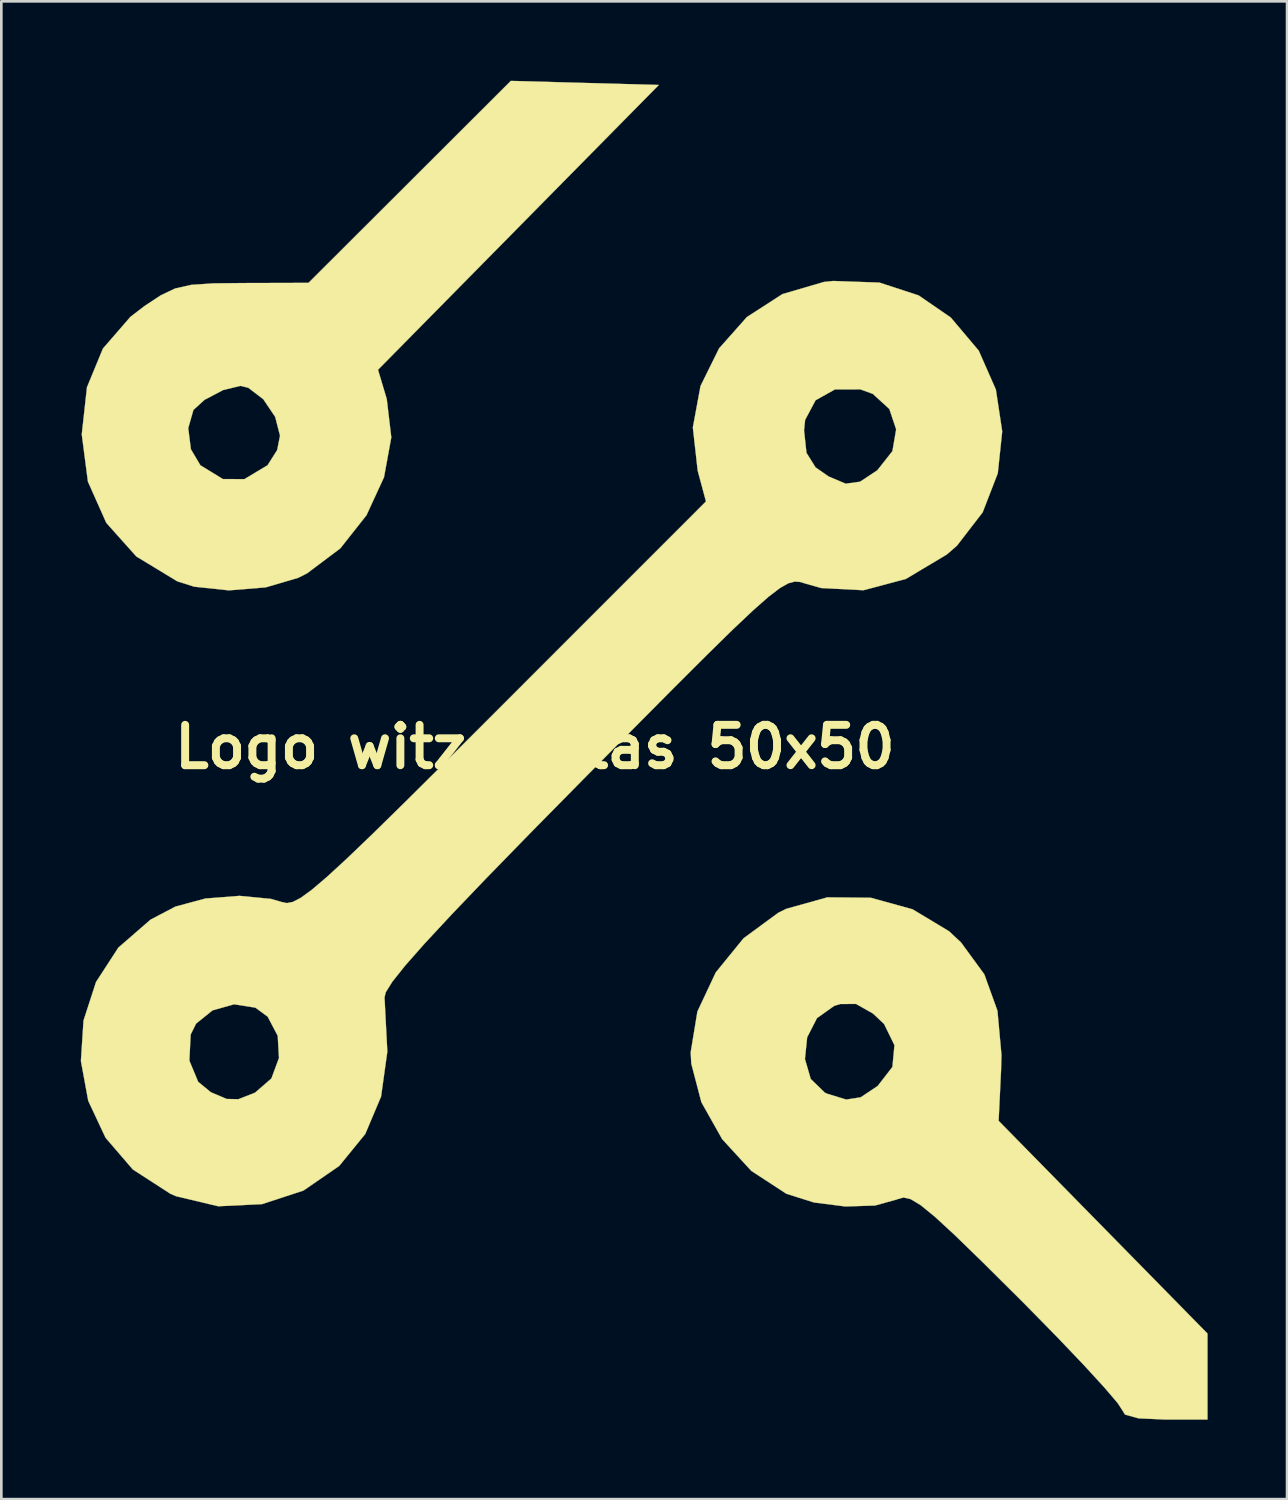
<source format=kicad_pcb>
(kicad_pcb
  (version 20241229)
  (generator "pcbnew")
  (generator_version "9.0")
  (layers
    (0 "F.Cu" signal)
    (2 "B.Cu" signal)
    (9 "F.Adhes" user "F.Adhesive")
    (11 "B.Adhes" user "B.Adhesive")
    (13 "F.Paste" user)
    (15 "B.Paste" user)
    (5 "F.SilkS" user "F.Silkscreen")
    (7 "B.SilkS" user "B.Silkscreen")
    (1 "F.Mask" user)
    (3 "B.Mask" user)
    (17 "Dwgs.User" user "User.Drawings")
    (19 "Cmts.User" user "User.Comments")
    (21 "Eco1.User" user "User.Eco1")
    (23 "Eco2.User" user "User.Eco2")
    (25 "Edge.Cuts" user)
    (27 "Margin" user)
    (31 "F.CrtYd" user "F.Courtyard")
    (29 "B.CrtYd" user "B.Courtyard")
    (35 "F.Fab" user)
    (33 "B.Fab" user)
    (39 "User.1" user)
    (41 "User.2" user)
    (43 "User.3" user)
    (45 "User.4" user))
  (footprint "Logo witz pistas 50x50"
    (layer "F.Cu")
    (at 17.15 25.158)
    (property "Reference" "Logo witz pistas 50x50" (at 0 0 0) (layer "F.SilkS") (effects (font (size 1.524 1.524) (thickness 0.3))))
    (attr through_hole)
    (fp_poly (pts (xy 1.885 -25.076) (xy 4.679 -24.999) (xy -5.925 -14.244) (xy -5.594 -13.137) (xy -5.423 -11.689) (xy -5.698 -10.186) (xy -6.36 -8.75) (xy -7.348 -7.499) (xy -8.605 -6.555) (xy -8.942 -6.386) (xy -10.163 -6.027) (xy -11.553 -5.913) (xy -12.866 -6.052) (xy -13.502 -6.253) (xy -15.051 -7.193) (xy -16.185 -8.461) (xy -16.88 -10.02) (xy -17.112 -11.803) (xy -17.086 -12.038) (xy -13.092 -12.038) (xy -12.991 -11.242) (xy -12.633 -10.637) (xy -11.783 -10.116) (xy -10.97 -10.114) (xy -10.11 -10.629) (xy -10.093 -10.643) (xy -9.733 -11.21) (xy -9.625 -11.755) (xy -9.808 -12.466) (xy -10.258 -13.132) (xy -10.824 -13.565) (xy -11.124 -13.636) (xy -11.774 -13.478) (xy -12.474 -13.11) (xy -12.896 -12.727) (xy -13.092 -12.038) (xy -17.086 -12.038) (xy -16.916 -13.584) (xy -16.313 -15.045) (xy -15.275 -16.242) (xy -14.746 -16.649) (xy -14.123 -17.059) (xy -13.587 -17.313) (xy -12.98 -17.45) (xy -12.143 -17.507) (xy -11.026 -17.519) (xy -8.55 -17.526) (xy -4.729 -21.339) (xy -0.909 -25.153) (xy 1.885 -25.076)) (stroke (width 0.01) (type solid)) (fill yes) (layer "F.SilkS"))
    (fp_poly (pts (xy 12.684 5.696) (xy 14.264 6.132) (xy 15.643 6.962) (xy 16.095 7.386) (xy 16.972 8.586) (xy 17.468 9.962) (xy 17.62 11.631) (xy 17.605 12.194) (xy 17.513 14.12) (xy 25.4 22.154) (xy 25.4 25.4) (xy 23.796 25.4) (xy 22.797 25.355) (xy 22.285 25.213) (xy 22.192 25.062) (xy 22.01 24.78) (xy 21.502 24.185) (xy 20.725 23.337) (xy 19.733 22.296) (xy 18.584 21.125) (xy 18.216 20.756) (xy 16.879 19.428) (xy 15.862 18.44) (xy 15.112 17.748) (xy 14.574 17.308) (xy 14.196 17.079) (xy 13.924 17.015) (xy 13.706 17.074) (xy 13.689 17.083) (xy 12.847 17.318) (xy 11.726 17.354) (xy 10.538 17.203) (xy 9.497 16.874) (xy 9.492 16.871) (xy 8.172 16.009) (xy 7.074 14.813) (xy 6.288 13.418) (xy 5.906 11.96) (xy 5.897 11.786) (xy 10.198 11.786) (xy 10.417 12.539) (xy 10.951 13.057) (xy 11.037 13.096) (xy 11.755 13.316) (xy 12.302 13.232) (xy 12.946 12.803) (xy 13.502 12.084) (xy 13.579 11.263) (xy 13.187 10.462) (xy 12.767 10.068) (xy 12.127 9.705) (xy 11.534 9.708) (xy 11.302 9.779) (xy 10.654 10.24) (xy 10.282 10.965) (xy 10.198 11.786) (xy 5.897 11.786) (xy 5.884 11.53) (xy 6.137 9.993) (xy 6.831 8.515) (xy 7.879 7.227) (xy 9.192 6.262) (xy 9.492 6.114) (xy 11.045 5.68) (xy 12.684 5.696)) (stroke (width 0.01) (type solid)) (fill yes) (layer "F.SilkS"))
    (fp_poly (pts (xy 13.01 -17.536) (xy 14.492 -17.052) (xy 15.706 -16.217) (xy 16.762 -14.965) (xy 17.409 -13.495) (xy 17.648 -11.916) (xy 17.481 -10.335) (xy 16.91 -8.86) (xy 15.938 -7.599) (xy 15.553 -7.266) (xy 14.009 -6.344) (xy 12.408 -5.918) (xy 10.811 -6.001) (xy 10.228 -6.166) (xy 10.02 -6.23) (xy 9.813 -6.246) (xy 9.571 -6.181) (xy 9.254 -6.001) (xy 8.825 -5.673) (xy 8.247 -5.164) (xy 7.48 -4.44) (xy 6.489 -3.468) (xy 5.234 -2.216) (xy 3.678 -0.648) (xy 1.833 1.216) (xy -0.18 3.259) (xy -1.835 4.958) (xy -3.157 6.34) (xy -4.172 7.433) (xy -4.906 8.266) (xy -5.384 8.866) (xy -5.631 9.262) (xy -5.679 9.454) (xy -5.573 11.505) (xy -5.809 13.203) (xy -6.407 14.618) (xy -7.387 15.82) (xy -7.395 15.827) (xy -8.738 16.752) (xy -10.307 17.266) (xy -11.958 17.346) (xy -13.549 16.968) (xy -13.769 16.872) (xy -15.182 15.958) (xy -16.214 14.759) (xy -16.868 13.363) (xy -17.145 11.858) (xy -17.144 11.847) (xy -13.049 11.847) (xy -12.716 12.647) (xy -12.238 13.04) (xy -11.638 13.294) (xy -11.197 13.303) (xy -10.603 13.071) (xy -10.567 13.055) (xy -9.95 12.519) (xy -9.664 11.744) (xy -9.712 10.908) (xy -10.092 10.186) (xy -10.556 9.846) (xy -11.36 9.719) (xy -12.174 9.948) (xy -12.797 10.45) (xy -13 10.862) (xy -13.049 11.847) (xy -17.144 11.847) (xy -17.046 10.333) (xy -16.574 8.877) (xy -15.73 7.577) (xy -14.515 6.522) (xy -13.578 6.03) (xy -12.446 5.725) (xy -11.158 5.624) (xy -9.973 5.738) (xy -9.551 5.859) (xy -9.368 5.897) (xy -9.144 5.854) (xy -8.843 5.699) (xy -8.428 5.397) (xy -7.863 4.917) (xy -7.11 4.225) (xy -6.133 3.288) (xy -4.895 2.074) (xy -3.359 0.549) (xy -1.489 -1.318) (xy -1.224 -1.584) (xy 6.461 -9.272) (xy 6.148 -10.432) (xy 5.977 -11.959) (xy 10.164 -11.959) (xy 10.256 -11.107) (xy 10.598 -10.558) (xy 11.096 -10.212) (xy 11.736 -9.942) (xy 12.279 -10.016) (xy 12.931 -10.447) (xy 13.502 -11.171) (xy 13.643 -11.994) (xy 13.385 -12.764) (xy 12.76 -13.334) (xy 12.29 -13.504) (xy 11.331 -13.502) (xy 10.6 -13.092) (xy 10.205 -12.352) (xy 10.164 -11.959) (xy 5.977 -11.959) (xy 5.965 -12.064) (xy 6.255 -13.632) (xy 6.956 -15.052) (xy 8.008 -16.237) (xy 9.349 -17.102) (xy 10.918 -17.561) (xy 11.267 -17.597) (xy 13.01 -17.536)) (stroke (width 0.01) (type solid)) (fill yes) (layer "F.SilkS")))
  (gr_rect
    (start -3 -3)
    (end 45.555 53.563)
    (stroke (width 0.1) (type default))
    (fill no)
    (layer "Edge.Cuts")))
</source>
